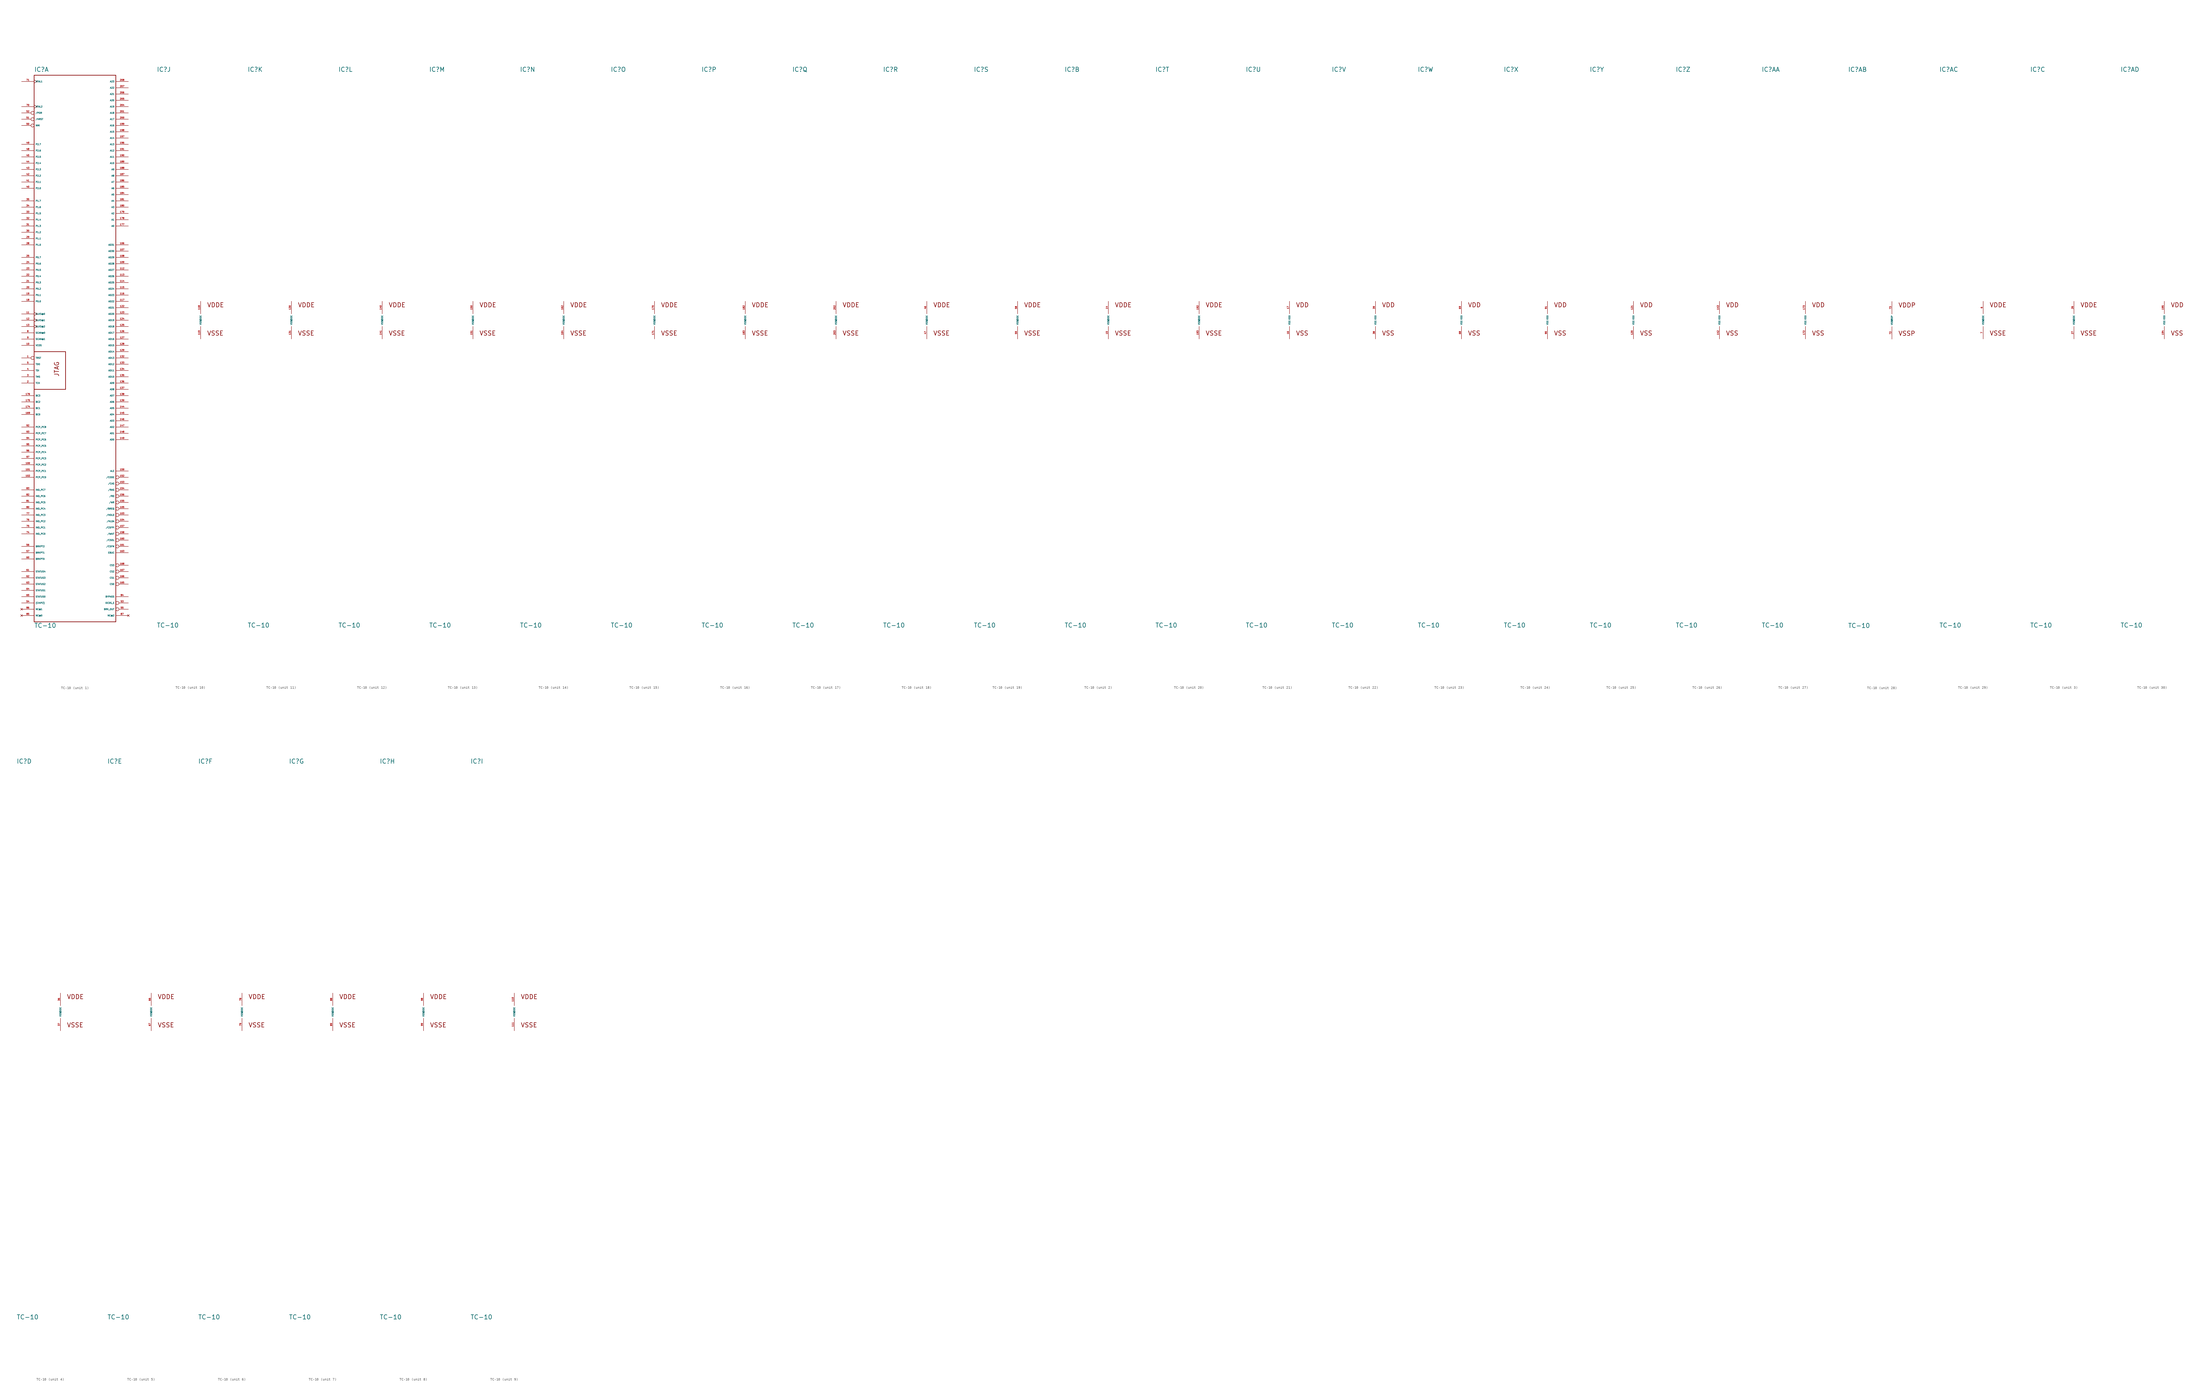
<source format=kicad_sym>
(kicad_symbol_lib
  (version 20220914)
  (generator Eagle2Kicad)
  (symbol "TC-10"
    (property "Reference" "IC"
      (at -17.78 100.33 0)
      (effects (font (size 1.778 1.778) (thickness 0.22)) (justify left bottom)))
    (property "Value" "TC-10"
      (at -17.78 -124.46 0)
      (effects (font (size 1.778 1.778) (thickness 0.22)) (justify left bottom)))
    (symbol "TC-10_1_0"
      (polyline (pts (xy 15.24 99.06) (xy 15.24 -121.92)) (stroke (width 0.254) (type default)) (fill (type none)))
      (polyline (pts (xy 15.24 -121.92) (xy -17.78 -121.92)) (stroke (width 0.254) (type default)) (fill (type none)))
      (polyline (pts (xy -17.78 -121.92) (xy -17.78 -27.94)) (stroke (width 0.254) (type default)) (fill (type none)))
      (polyline (pts (xy -17.78 -27.94) (xy -17.78 -12.7)) (stroke (width 0.254) (type default)) (fill (type none)))
      (polyline (pts (xy -17.78 -12.7) (xy -17.78 99.06)) (stroke (width 0.254) (type default)) (fill (type none)))
      (polyline (pts (xy -17.78 99.06) (xy 15.24 99.06)) (stroke (width 0.254) (type default)) (fill (type none)))
      (polyline (pts (xy -17.78 -12.7) (xy -5.08 -12.7)) (stroke (width 0.254) (type default)) (fill (type none)))
      (polyline (pts (xy -5.08 -12.7) (xy -5.08 -27.94)) (stroke (width 0.254) (type default)) (fill (type none)))
      (polyline (pts (xy -5.08 -27.94) (xy -17.78 -27.94)) (stroke (width 0.254) (type default)) (fill (type none)))
      (text "JTAG" (at -7.62 -22.86 900) (effects (font (size 1.778 1.778) (thickness 0.22)) (justify left bottom)))
      (pin output line (at 20.32 38.1 180) (length 5.08) (name "A0" (effects (font (size 0.635 0.635) (thickness 0.08)) (justify left bottom))) (number "177" (effects (font (size 0.635 0.635) (thickness 0.08)) (justify left bottom))))
      (pin output line (at 20.32 40.64 180) (length 5.08) (name "A1" (effects (font (size 0.635 0.635) (thickness 0.08)) (justify left bottom))) (number "178" (effects (font (size 0.635 0.635) (thickness 0.08)) (justify left bottom))))
      (pin output line (at 20.32 43.18 180) (length 5.08) (name "A2" (effects (font (size 0.635 0.635) (thickness 0.08)) (justify left bottom))) (number "179" (effects (font (size 0.635 0.635) (thickness 0.08)) (justify left bottom))))
      (pin output line (at 20.32 45.72 180) (length 5.08) (name "A3" (effects (font (size 0.635 0.635) (thickness 0.08)) (justify left bottom))) (number "180" (effects (font (size 0.635 0.635) (thickness 0.08)) (justify left bottom))))
      (pin output line (at 20.32 48.26 180) (length 5.08) (name "A4" (effects (font (size 0.635 0.635) (thickness 0.08)) (justify left bottom))) (number "181" (effects (font (size 0.635 0.635) (thickness 0.08)) (justify left bottom))))
      (pin output line (at 20.32 50.8 180) (length 5.08) (name "A5" (effects (font (size 0.635 0.635) (thickness 0.08)) (justify left bottom))) (number "184" (effects (font (size 0.635 0.635) (thickness 0.08)) (justify left bottom))))
      (pin output line (at 20.32 53.34 180) (length 5.08) (name "A6" (effects (font (size 0.635 0.635) (thickness 0.08)) (justify left bottom))) (number "185" (effects (font (size 0.635 0.635) (thickness 0.08)) (justify left bottom))))
      (pin output line (at 20.32 55.88 180) (length 5.08) (name "A7" (effects (font (size 0.635 0.635) (thickness 0.08)) (justify left bottom))) (number "186" (effects (font (size 0.635 0.635) (thickness 0.08)) (justify left bottom))))
      (pin output line (at 20.32 58.42 180) (length 5.08) (name "A8" (effects (font (size 0.635 0.635) (thickness 0.08)) (justify left bottom))) (number "187" (effects (font (size 0.635 0.635) (thickness 0.08)) (justify left bottom))))
      (pin output line (at 20.32 60.96 180) (length 5.08) (name "A9" (effects (font (size 0.635 0.635) (thickness 0.08)) (justify left bottom))) (number "188" (effects (font (size 0.635 0.635) (thickness 0.08)) (justify left bottom))))
      (pin output line (at 20.32 63.5 180) (length 5.08) (name "A10" (effects (font (size 0.635 0.635) (thickness 0.08)) (justify left bottom))) (number "189" (effects (font (size 0.635 0.635) (thickness 0.08)) (justify left bottom))))
      (pin output line (at 20.32 66.04 180) (length 5.08) (name "A11" (effects (font (size 0.635 0.635) (thickness 0.08)) (justify left bottom))) (number "190" (effects (font (size 0.635 0.635) (thickness 0.08)) (justify left bottom))))
      (pin output line (at 20.32 68.58 180) (length 5.08) (name "A12" (effects (font (size 0.635 0.635) (thickness 0.08)) (justify left bottom))) (number "191" (effects (font (size 0.635 0.635) (thickness 0.08)) (justify left bottom))))
      (pin output line (at 20.32 71.12 180) (length 5.08) (name "A13" (effects (font (size 0.635 0.635) (thickness 0.08)) (justify left bottom))) (number "196" (effects (font (size 0.635 0.635) (thickness 0.08)) (justify left bottom))))
      (pin output line (at 20.32 73.66 180) (length 5.08) (name "A14" (effects (font (size 0.635 0.635) (thickness 0.08)) (justify left bottom))) (number "197" (effects (font (size 0.635 0.635) (thickness 0.08)) (justify left bottom))))
      (pin output line (at 20.32 76.2 180) (length 5.08) (name "A15" (effects (font (size 0.635 0.635) (thickness 0.08)) (justify left bottom))) (number "198" (effects (font (size 0.635 0.635) (thickness 0.08)) (justify left bottom))))
      (pin output line (at 20.32 78.74 180) (length 5.08) (name "A16" (effects (font (size 0.635 0.635) (thickness 0.08)) (justify left bottom))) (number "199" (effects (font (size 0.635 0.635) (thickness 0.08)) (justify left bottom))))
      (pin output line (at 20.32 81.28 180) (length 5.08) (name "A17" (effects (font (size 0.635 0.635) (thickness 0.08)) (justify left bottom))) (number "200" (effects (font (size 0.635 0.635) (thickness 0.08)) (justify left bottom))))
      (pin output line (at 20.32 83.82 180) (length 5.08) (name "A18" (effects (font (size 0.635 0.635) (thickness 0.08)) (justify left bottom))) (number "201" (effects (font (size 0.635 0.635) (thickness 0.08)) (justify left bottom))))
      (pin output line (at 20.32 86.36 180) (length 5.08) (name "A19" (effects (font (size 0.635 0.635) (thickness 0.08)) (justify left bottom))) (number "204" (effects (font (size 0.635 0.635) (thickness 0.08)) (justify left bottom))))
      (pin output line (at 20.32 88.9 180) (length 5.08) (name "A20" (effects (font (size 0.635 0.635) (thickness 0.08)) (justify left bottom))) (number "205" (effects (font (size 0.635 0.635) (thickness 0.08)) (justify left bottom))))
      (pin output line (at 20.32 91.44 180) (length 5.08) (name "A21" (effects (font (size 0.635 0.635) (thickness 0.08)) (justify left bottom))) (number "206" (effects (font (size 0.635 0.635) (thickness 0.08)) (justify left bottom))))
      (pin output line (at 20.32 93.98 180) (length 5.08) (name "A22" (effects (font (size 0.635 0.635) (thickness 0.08)) (justify left bottom))) (number "207" (effects (font (size 0.635 0.635) (thickness 0.08)) (justify left bottom))))
      (pin output line (at 20.32 96.52 180) (length 5.08) (name "A23" (effects (font (size 0.635 0.635) (thickness 0.08)) (justify left bottom))) (number "208" (effects (font (size 0.635 0.635) (thickness 0.08)) (justify left bottom))))
      (pin bidirectional line (at 20.32 -48.26 180) (length 5.08) (name "AD0" (effects (font (size 0.635 0.635) (thickness 0.08)) (justify left bottom))) (number "149" (effects (font (size 0.635 0.635) (thickness 0.08)) (justify left bottom))))
      (pin bidirectional line (at 20.32 -45.72 180) (length 5.08) (name "AD1" (effects (font (size 0.635 0.635) (thickness 0.08)) (justify left bottom))) (number "148" (effects (font (size 0.635 0.635) (thickness 0.08)) (justify left bottom))))
      (pin bidirectional line (at 20.32 -43.18 180) (length 5.08) (name "AD2" (effects (font (size 0.635 0.635) (thickness 0.08)) (justify left bottom))) (number "147" (effects (font (size 0.635 0.635) (thickness 0.08)) (justify left bottom))))
      (pin bidirectional line (at 20.32 -40.64 180) (length 5.08) (name "AD3" (effects (font (size 0.635 0.635) (thickness 0.08)) (justify left bottom))) (number "146" (effects (font (size 0.635 0.635) (thickness 0.08)) (justify left bottom))))
      (pin bidirectional line (at 20.32 -38.1 180) (length 5.08) (name "AD4" (effects (font (size 0.635 0.635) (thickness 0.08)) (justify left bottom))) (number "145" (effects (font (size 0.635 0.635) (thickness 0.08)) (justify left bottom))))
      (pin bidirectional line (at 20.32 -35.56 180) (length 5.08) (name "AD5" (effects (font (size 0.635 0.635) (thickness 0.08)) (justify left bottom))) (number "144" (effects (font (size 0.635 0.635) (thickness 0.08)) (justify left bottom))))
      (pin bidirectional line (at 20.32 -33.02 180) (length 5.08) (name "AD6" (effects (font (size 0.635 0.635) (thickness 0.08)) (justify left bottom))) (number "139" (effects (font (size 0.635 0.635) (thickness 0.08)) (justify left bottom))))
      (pin bidirectional line (at 20.32 -30.48 180) (length 5.08) (name "AD7" (effects (font (size 0.635 0.635) (thickness 0.08)) (justify left bottom))) (number "138" (effects (font (size 0.635 0.635) (thickness 0.08)) (justify left bottom))))
      (pin bidirectional line (at 20.32 -27.94 180) (length 5.08) (name "AD8" (effects (font (size 0.635 0.635) (thickness 0.08)) (justify left bottom))) (number "137" (effects (font (size 0.635 0.635) (thickness 0.08)) (justify left bottom))))
      (pin bidirectional line (at 20.32 -25.4 180) (length 5.08) (name "AD9" (effects (font (size 0.635 0.635) (thickness 0.08)) (justify left bottom))) (number "136" (effects (font (size 0.635 0.635) (thickness 0.08)) (justify left bottom))))
      (pin bidirectional line (at 20.32 -22.86 180) (length 5.08) (name "AD10" (effects (font (size 0.635 0.635) (thickness 0.08)) (justify left bottom))) (number "135" (effects (font (size 0.635 0.635) (thickness 0.08)) (justify left bottom))))
      (pin bidirectional line (at 20.32 -20.32 180) (length 5.08) (name "AD11" (effects (font (size 0.635 0.635) (thickness 0.08)) (justify left bottom))) (number "134" (effects (font (size 0.635 0.635) (thickness 0.08)) (justify left bottom))))
      (pin bidirectional line (at 20.32 -17.78 180) (length 5.08) (name "AD12" (effects (font (size 0.635 0.635) (thickness 0.08)) (justify left bottom))) (number "133" (effects (font (size 0.635 0.635) (thickness 0.08)) (justify left bottom))))
      (pin bidirectional line (at 20.32 -15.24 180) (length 5.08) (name "AD13" (effects (font (size 0.635 0.635) (thickness 0.08)) (justify left bottom))) (number "132" (effects (font (size 0.635 0.635) (thickness 0.08)) (justify left bottom))))
      (pin bidirectional line (at 20.32 -12.7 180) (length 5.08) (name "AD14" (effects (font (size 0.635 0.635) (thickness 0.08)) (justify left bottom))) (number "129" (effects (font (size 0.635 0.635) (thickness 0.08)) (justify left bottom))))
      (pin bidirectional line (at 20.32 -10.16 180) (length 5.08) (name "AD15" (effects (font (size 0.635 0.635) (thickness 0.08)) (justify left bottom))) (number "128" (effects (font (size 0.635 0.635) (thickness 0.08)) (justify left bottom))))
      (pin bidirectional line (at 20.32 -7.62 180) (length 5.08) (name "AD16" (effects (font (size 0.635 0.635) (thickness 0.08)) (justify left bottom))) (number "127" (effects (font (size 0.635 0.635) (thickness 0.08)) (justify left bottom))))
      (pin bidirectional line (at 20.32 -5.08 180) (length 5.08) (name "AD17" (effects (font (size 0.635 0.635) (thickness 0.08)) (justify left bottom))) (number "126" (effects (font (size 0.635 0.635) (thickness 0.08)) (justify left bottom))))
      (pin bidirectional line (at 20.32 -2.54 180) (length 5.08) (name "AD18" (effects (font (size 0.635 0.635) (thickness 0.08)) (justify left bottom))) (number "125" (effects (font (size 0.635 0.635) (thickness 0.08)) (justify left bottom))))
      (pin bidirectional line (at 20.32 0 180) (length 5.08) (name "AD19" (effects (font (size 0.635 0.635) (thickness 0.08)) (justify left bottom))) (number "124" (effects (font (size 0.635 0.635) (thickness 0.08)) (justify left bottom))))
      (pin bidirectional line (at 20.32 2.54 180) (length 5.08) (name "AD20" (effects (font (size 0.635 0.635) (thickness 0.08)) (justify left bottom))) (number "123" (effects (font (size 0.635 0.635) (thickness 0.08)) (justify left bottom))))
      (pin bidirectional line (at 20.32 5.08 180) (length 5.08) (name "AD21" (effects (font (size 0.635 0.635) (thickness 0.08)) (justify left bottom))) (number "122" (effects (font (size 0.635 0.635) (thickness 0.08)) (justify left bottom))))
      (pin bidirectional line (at 20.32 7.62 180) (length 5.08) (name "AD22" (effects (font (size 0.635 0.635) (thickness 0.08)) (justify left bottom))) (number "117" (effects (font (size 0.635 0.635) (thickness 0.08)) (justify left bottom))))
      (pin bidirectional line (at 20.32 10.16 180) (length 5.08) (name "AD23" (effects (font (size 0.635 0.635) (thickness 0.08)) (justify left bottom))) (number "116" (effects (font (size 0.635 0.635) (thickness 0.08)) (justify left bottom))))
      (pin bidirectional line (at 20.32 12.7 180) (length 5.08) (name "AD24" (effects (font (size 0.635 0.635) (thickness 0.08)) (justify left bottom))) (number "115" (effects (font (size 0.635 0.635) (thickness 0.08)) (justify left bottom))))
      (pin bidirectional line (at 20.32 15.24 180) (length 5.08) (name "AD25" (effects (font (size 0.635 0.635) (thickness 0.08)) (justify left bottom))) (number "114" (effects (font (size 0.635 0.635) (thickness 0.08)) (justify left bottom))))
      (pin bidirectional line (at 20.32 17.78 180) (length 5.08) (name "AD26" (effects (font (size 0.635 0.635) (thickness 0.08)) (justify left bottom))) (number "113" (effects (font (size 0.635 0.635) (thickness 0.08)) (justify left bottom))))
      (pin bidirectional line (at 20.32 20.32 180) (length 5.08) (name "AD27" (effects (font (size 0.635 0.635) (thickness 0.08)) (justify left bottom))) (number "112" (effects (font (size 0.635 0.635) (thickness 0.08)) (justify left bottom))))
      (pin bidirectional line (at 20.32 22.86 180) (length 5.08) (name "AD28" (effects (font (size 0.635 0.635) (thickness 0.08)) (justify left bottom))) (number "109" (effects (font (size 0.635 0.635) (thickness 0.08)) (justify left bottom))))
      (pin bidirectional line (at 20.32 25.4 180) (length 5.08) (name "AD29" (effects (font (size 0.635 0.635) (thickness 0.08)) (justify left bottom))) (number "108" (effects (font (size 0.635 0.635) (thickness 0.08)) (justify left bottom))))
      (pin bidirectional line (at 20.32 27.94 180) (length 5.08) (name "AD30" (effects (font (size 0.635 0.635) (thickness 0.08)) (justify left bottom))) (number "107" (effects (font (size 0.635 0.635) (thickness 0.08)) (justify left bottom))))
      (pin bidirectional line (at 20.32 30.48 180) (length 5.08) (name "AD31" (effects (font (size 0.635 0.635) (thickness 0.08)) (justify left bottom))) (number "106" (effects (font (size 0.635 0.635) (thickness 0.08)) (justify left bottom))))
      (pin input clock (at -22.86 96.52 0) (length 5.08) (name "XTAL1" (effects (font (size 0.635 0.635) (thickness 0.08)) (justify left bottom))) (number "71" (effects (font (size 0.635 0.635) (thickness 0.08)) (justify left bottom))))
      (pin output clock (at -22.86 86.36 0) (length 5.08) (name "XTAL2" (effects (font (size 0.635 0.635) (thickness 0.08)) (justify left bottom))) (number "70" (effects (font (size 0.635 0.635) (thickness 0.08)) (justify left bottom))))
      (pin bidirectional line (at -22.86 10.16 0) (length 5.08) (name "P0.1" (effects (font (size 0.635 0.635) (thickness 0.08)) (justify left bottom))) (number "19" (effects (font (size 0.635 0.635) (thickness 0.08)) (justify left bottom))))
      (pin bidirectional line (at -22.86 12.7 0) (length 5.08) (name "P0.2" (effects (font (size 0.635 0.635) (thickness 0.08)) (justify left bottom))) (number "20" (effects (font (size 0.635 0.635) (thickness 0.08)) (justify left bottom))))
      (pin bidirectional line (at -22.86 15.24 0) (length 5.08) (name "P0.3" (effects (font (size 0.635 0.635) (thickness 0.08)) (justify left bottom))) (number "21" (effects (font (size 0.635 0.635) (thickness 0.08)) (justify left bottom))))
      (pin bidirectional line (at -22.86 17.78 0) (length 5.08) (name "P0.4" (effects (font (size 0.635 0.635) (thickness 0.08)) (justify left bottom))) (number "22" (effects (font (size 0.635 0.635) (thickness 0.08)) (justify left bottom))))
      (pin bidirectional line (at -22.86 20.32 0) (length 5.08) (name "P0.5" (effects (font (size 0.635 0.635) (thickness 0.08)) (justify left bottom))) (number "23" (effects (font (size 0.635 0.635) (thickness 0.08)) (justify left bottom))))
      (pin bidirectional line (at -22.86 22.86 0) (length 5.08) (name "P0.6" (effects (font (size 0.635 0.635) (thickness 0.08)) (justify left bottom))) (number "24" (effects (font (size 0.635 0.635) (thickness 0.08)) (justify left bottom))))
      (pin bidirectional line (at -22.86 25.4 0) (length 5.08) (name "P0.7" (effects (font (size 0.635 0.635) (thickness 0.08)) (justify left bottom))) (number "25" (effects (font (size 0.635 0.635) (thickness 0.08)) (justify left bottom))))
      (pin bidirectional line (at -22.86 7.62 0) (length 5.08) (name "P0.0" (effects (font (size 0.635 0.635) (thickness 0.08)) (justify left bottom))) (number "18" (effects (font (size 0.635 0.635) (thickness 0.08)) (justify left bottom))))
      (pin bidirectional line (at -22.86 30.48 0) (length 5.08) (name "P1.0" (effects (font (size 0.635 0.635) (thickness 0.08)) (justify left bottom))) (number "28" (effects (font (size 0.635 0.635) (thickness 0.08)) (justify left bottom))))
      (pin bidirectional line (at -22.86 33.02 0) (length 5.08) (name "P1.1" (effects (font (size 0.635 0.635) (thickness 0.08)) (justify left bottom))) (number "29" (effects (font (size 0.635 0.635) (thickness 0.08)) (justify left bottom))))
      (pin bidirectional line (at -22.86 35.56 0) (length 5.08) (name "P1.2" (effects (font (size 0.635 0.635) (thickness 0.08)) (justify left bottom))) (number "30" (effects (font (size 0.635 0.635) (thickness 0.08)) (justify left bottom))))
      (pin bidirectional line (at -22.86 38.1 0) (length 5.08) (name "P1.3" (effects (font (size 0.635 0.635) (thickness 0.08)) (justify left bottom))) (number "31" (effects (font (size 0.635 0.635) (thickness 0.08)) (justify left bottom))))
      (pin bidirectional line (at -22.86 40.64 0) (length 5.08) (name "P1.4" (effects (font (size 0.635 0.635) (thickness 0.08)) (justify left bottom))) (number "32" (effects (font (size 0.635 0.635) (thickness 0.08)) (justify left bottom))))
      (pin bidirectional line (at -22.86 43.18 0) (length 5.08) (name "P1.5" (effects (font (size 0.635 0.635) (thickness 0.08)) (justify left bottom))) (number "33" (effects (font (size 0.635 0.635) (thickness 0.08)) (justify left bottom))))
      (pin bidirectional line (at -22.86 45.72 0) (length 5.08) (name "P1.6" (effects (font (size 0.635 0.635) (thickness 0.08)) (justify left bottom))) (number "34" (effects (font (size 0.635 0.635) (thickness 0.08)) (justify left bottom))))
      (pin bidirectional line (at -22.86 48.26 0) (length 5.08) (name "P1.7" (effects (font (size 0.635 0.635) (thickness 0.08)) (justify left bottom))) (number "35" (effects (font (size 0.635 0.635) (thickness 0.08)) (justify left bottom))))
      (pin bidirectional line (at -22.86 53.34 0) (length 5.08) (name "P2.0" (effects (font (size 0.635 0.635) (thickness 0.08)) (justify left bottom))) (number "40" (effects (font (size 0.635 0.635) (thickness 0.08)) (justify left bottom))))
      (pin bidirectional line (at -22.86 55.88 0) (length 5.08) (name "P2.1" (effects (font (size 0.635 0.635) (thickness 0.08)) (justify left bottom))) (number "41" (effects (font (size 0.635 0.635) (thickness 0.08)) (justify left bottom))))
      (pin bidirectional line (at -22.86 58.42 0) (length 5.08) (name "P2.2" (effects (font (size 0.635 0.635) (thickness 0.08)) (justify left bottom))) (number "42" (effects (font (size 0.635 0.635) (thickness 0.08)) (justify left bottom))))
      (pin bidirectional line (at -22.86 60.96 0) (length 5.08) (name "P2.3" (effects (font (size 0.635 0.635) (thickness 0.08)) (justify left bottom))) (number "43" (effects (font (size 0.635 0.635) (thickness 0.08)) (justify left bottom))))
      (pin bidirectional line (at -22.86 63.5 0) (length 5.08) (name "P2.4" (effects (font (size 0.635 0.635) (thickness 0.08)) (justify left bottom))) (number "44" (effects (font (size 0.635 0.635) (thickness 0.08)) (justify left bottom))))
      (pin bidirectional line (at -22.86 66.04 0) (length 5.08) (name "P2.5" (effects (font (size 0.635 0.635) (thickness 0.08)) (justify left bottom))) (number "45" (effects (font (size 0.635 0.635) (thickness 0.08)) (justify left bottom))))
      (pin bidirectional line (at -22.86 68.58 0) (length 5.08) (name "P2.6" (effects (font (size 0.635 0.635) (thickness 0.08)) (justify left bottom))) (number "48" (effects (font (size 0.635 0.635) (thickness 0.08)) (justify left bottom))))
      (pin bidirectional line (at -22.86 71.12 0) (length 5.08) (name "P2.7" (effects (font (size 0.635 0.635) (thickness 0.08)) (justify left bottom))) (number "49" (effects (font (size 0.635 0.635) (thickness 0.08)) (justify left bottom))))
      (pin output inverted (at 20.32 -71.12 180) (length 5.08) (name "/RD" (effects (font (size 0.635 0.635) (thickness 0.08)) (justify left bottom))) (number "156" (effects (font (size 0.635 0.635) (thickness 0.08)) (justify left bottom))))
      (pin output inverted (at 20.32 -73.66 180) (length 5.08) (name "/WR" (effects (font (size 0.635 0.635) (thickness 0.08)) (justify left bottom))) (number "155" (effects (font (size 0.635 0.635) (thickness 0.08)) (justify left bottom))))
      (pin output inverted (at 20.32 -76.2 180) (length 5.08) (name "/BREQ" (effects (font (size 0.635 0.635) (thickness 0.08)) (justify left bottom))) (number "105" (effects (font (size 0.635 0.635) (thickness 0.08)) (justify left bottom))))
      (pin output inverted (at 20.32 -78.74 180) (length 5.08) (name "/HOLD" (effects (font (size 0.635 0.635) (thickness 0.08)) (justify left bottom))) (number "103" (effects (font (size 0.635 0.635) (thickness 0.08)) (justify left bottom))))
      (pin output inverted (at 20.32 -81.28 180) (length 5.08) (name "/HLDA" (effects (font (size 0.635 0.635) (thickness 0.08)) (justify left bottom))) (number "104" (effects (font (size 0.635 0.635) (thickness 0.08)) (justify left bottom))))
      (pin output line (at 20.32 -60.96 180) (length 5.08) (name "ALE" (effects (font (size 0.635 0.635) (thickness 0.08)) (justify left bottom))) (number "159" (effects (font (size 0.635 0.635) (thickness 0.08)) (justify left bottom))))
      (pin input inverted (at -22.86 78.74 0) (length 5.08) (name "NMI" (effects (font (size 0.635 0.635) (thickness 0.08)) (justify left bottom))) (number "50" (effects (font (size 0.635 0.635) (thickness 0.08)) (justify left bottom))))
      (pin input inverted (at -22.86 81.28 0) (length 5.08) (name "/HRST" (effects (font (size 0.635 0.635) (thickness 0.08)) (justify left bottom))) (number "51" (effects (font (size 0.635 0.635) (thickness 0.08)) (justify left bottom))))
      (pin input inverted (at -22.86 83.82 0) (length 5.08) (name "/POR" (effects (font (size 0.635 0.635) (thickness 0.08)) (justify left bottom))) (number "52" (effects (font (size 0.635 0.635) (thickness 0.08)) (justify left bottom))))
      (pin output inverted (at 20.32 -63.5 180) (length 5.08) (name "/CODE" (effects (font (size 0.635 0.635) (thickness 0.08)) (justify left bottom))) (number "152" (effects (font (size 0.635 0.635) (thickness 0.08)) (justify left bottom))))
      (pin output inverted (at 20.32 -66.04 180) (length 5.08) (name "/CAS" (effects (font (size 0.635 0.635) (thickness 0.08)) (justify left bottom))) (number "153" (effects (font (size 0.635 0.635) (thickness 0.08)) (justify left bottom))))
      (pin output inverted (at 20.32 -68.58 180) (length 5.08) (name "/RAS" (effects (font (size 0.635 0.635) (thickness 0.08)) (justify left bottom))) (number "154" (effects (font (size 0.635 0.635) (thickness 0.08)) (justify left bottom))))
      (pin output inverted (at 20.32 -83.82 180) (length 5.08) (name "/CSFPI" (effects (font (size 0.635 0.635) (thickness 0.08)) (justify left bottom))) (number "157" (effects (font (size 0.635 0.635) (thickness 0.08)) (justify left bottom))))
      (pin output inverted (at 20.32 -86.36 180) (length 5.08) (name "/WAIT" (effects (font (size 0.635 0.635) (thickness 0.08)) (justify left bottom))) (number "158" (effects (font (size 0.635 0.635) (thickness 0.08)) (justify left bottom))))
      (pin output inverted (at 20.32 -88.9 180) (length 5.08) (name "/CSOL" (effects (font (size 0.635 0.635) (thickness 0.08)) (justify left bottom))) (number "160" (effects (font (size 0.635 0.635) (thickness 0.08)) (justify left bottom))))
      (pin output inverted (at 20.32 -91.44 180) (length 5.08) (name "/CSFM" (effects (font (size 0.635 0.635) (thickness 0.08)) (justify left bottom))) (number "161" (effects (font (size 0.635 0.635) (thickness 0.08)) (justify left bottom))))
      (pin output line (at 20.32 -93.98 180) (length 5.08) (name "EBUC" (effects (font (size 0.635 0.635) (thickness 0.08)) (justify left bottom))) (number "163" (effects (font (size 0.635 0.635) (thickness 0.08)) (justify left bottom))))
      (pin bidirectional line (at -22.86 -111.76 0) (length 5.08) (name "STATUS0" (effects (font (size 0.635 0.635) (thickness 0.08)) (justify left bottom))) (number "65" (effects (font (size 0.635 0.635) (thickness 0.08)) (justify left bottom))))
      (pin bidirectional line (at -22.86 -109.22 0) (length 5.08) (name "STATUS1" (effects (font (size 0.635 0.635) (thickness 0.08)) (justify left bottom))) (number "64" (effects (font (size 0.635 0.635) (thickness 0.08)) (justify left bottom))))
      (pin bidirectional line (at -22.86 -106.68 0) (length 5.08) (name "STATUS2" (effects (font (size 0.635 0.635) (thickness 0.08)) (justify left bottom))) (number "63" (effects (font (size 0.635 0.635) (thickness 0.08)) (justify left bottom))))
      (pin bidirectional line (at -22.86 -104.14 0) (length 5.08) (name "STATUS3" (effects (font (size 0.635 0.635) (thickness 0.08)) (justify left bottom))) (number "62" (effects (font (size 0.635 0.635) (thickness 0.08)) (justify left bottom))))
      (pin bidirectional line (at -22.86 -101.6 0) (length 5.08) (name "STATUS4" (effects (font (size 0.635 0.635) (thickness 0.08)) (justify left bottom))) (number "61" (effects (font (size 0.635 0.635) (thickness 0.08)) (justify left bottom))))
      (pin bidirectional line (at -22.86 -96.52 0) (length 5.08) (name "BRKPT0" (effects (font (size 0.635 0.635) (thickness 0.08)) (justify left bottom))) (number "60" (effects (font (size 0.635 0.635) (thickness 0.08)) (justify left bottom))))
      (pin bidirectional line (at -22.86 -93.98 0) (length 5.08) (name "BRKPT1" (effects (font (size 0.635 0.635) (thickness 0.08)) (justify left bottom))) (number "57" (effects (font (size 0.635 0.635) (thickness 0.08)) (justify left bottom))))
      (pin bidirectional line (at -22.86 -91.44 0) (length 5.08) (name "BRKPT2" (effects (font (size 0.635 0.635) (thickness 0.08)) (justify left bottom))) (number "56" (effects (font (size 0.635 0.635) (thickness 0.08)) (justify left bottom))))
      (pin bidirectional line (at -22.86 -86.36 0) (length 5.08) (name "IND_PC0" (effects (font (size 0.635 0.635) (thickness 0.08)) (justify left bottom))) (number "74" (effects (font (size 0.635 0.635) (thickness 0.08)) (justify left bottom))))
      (pin bidirectional line (at -22.86 -83.82 0) (length 5.08) (name "IND_PC1" (effects (font (size 0.635 0.635) (thickness 0.08)) (justify left bottom))) (number "75" (effects (font (size 0.635 0.635) (thickness 0.08)) (justify left bottom))))
      (pin bidirectional line (at -22.86 -81.28 0) (length 5.08) (name "IND_PC2" (effects (font (size 0.635 0.635) (thickness 0.08)) (justify left bottom))) (number "76" (effects (font (size 0.635 0.635) (thickness 0.08)) (justify left bottom))))
      (pin bidirectional line (at -22.86 -78.74 0) (length 5.08) (name "IND_PC3" (effects (font (size 0.635 0.635) (thickness 0.08)) (justify left bottom))) (number "77" (effects (font (size 0.635 0.635) (thickness 0.08)) (justify left bottom))))
      (pin bidirectional line (at -22.86 -76.2 0) (length 5.08) (name "IND_PC4" (effects (font (size 0.635 0.635) (thickness 0.08)) (justify left bottom))) (number "80" (effects (font (size 0.635 0.635) (thickness 0.08)) (justify left bottom))))
      (pin bidirectional line (at -22.86 -73.66 0) (length 5.08) (name "IND_PC5" (effects (font (size 0.635 0.635) (thickness 0.08)) (justify left bottom))) (number "81" (effects (font (size 0.635 0.635) (thickness 0.08)) (justify left bottom))))
      (pin bidirectional line (at -22.86 -71.12 0) (length 5.08) (name "IND_PC6" (effects (font (size 0.635 0.635) (thickness 0.08)) (justify left bottom))) (number "82" (effects (font (size 0.635 0.635) (thickness 0.08)) (justify left bottom))))
      (pin bidirectional line (at -22.86 -68.58 0) (length 5.08) (name "IND_PC7" (effects (font (size 0.635 0.635) (thickness 0.08)) (justify left bottom))) (number "83" (effects (font (size 0.635 0.635) (thickness 0.08)) (justify left bottom))))
      (pin bidirectional line (at -22.86 -63.5 0) (length 5.08) (name "PCP_PC0" (effects (font (size 0.635 0.635) (thickness 0.08)) (justify left bottom))) (number "102" (effects (font (size 0.635 0.635) (thickness 0.08)) (justify left bottom))))
      (pin bidirectional line (at -22.86 -60.96 0) (length 5.08) (name "PCP_PC1" (effects (font (size 0.635 0.635) (thickness 0.08)) (justify left bottom))) (number "101" (effects (font (size 0.635 0.635) (thickness 0.08)) (justify left bottom))))
      (pin bidirectional line (at -22.86 -58.42 0) (length 5.08) (name "PCP_PC2" (effects (font (size 0.635 0.635) (thickness 0.08)) (justify left bottom))) (number "100" (effects (font (size 0.635 0.635) (thickness 0.08)) (justify left bottom))))
      (pin bidirectional line (at -22.86 -55.88 0) (length 5.08) (name "PCP_PC3" (effects (font (size 0.635 0.635) (thickness 0.08)) (justify left bottom))) (number "97" (effects (font (size 0.635 0.635) (thickness 0.08)) (justify left bottom))))
      (pin bidirectional line (at -22.86 -53.34 0) (length 5.08) (name "PCP_PC4" (effects (font (size 0.635 0.635) (thickness 0.08)) (justify left bottom))) (number "96" (effects (font (size 0.635 0.635) (thickness 0.08)) (justify left bottom))))
      (pin bidirectional line (at -22.86 -50.8 0) (length 5.08) (name "PCP_PC5" (effects (font (size 0.635 0.635) (thickness 0.08)) (justify left bottom))) (number "95" (effects (font (size 0.635 0.635) (thickness 0.08)) (justify left bottom))))
      (pin bidirectional line (at -22.86 -48.26 0) (length 5.08) (name "PCP_PC6" (effects (font (size 0.635 0.635) (thickness 0.08)) (justify left bottom))) (number "94" (effects (font (size 0.635 0.635) (thickness 0.08)) (justify left bottom))))
      (pin bidirectional line (at -22.86 -45.72 0) (length 5.08) (name "PCP_PC7" (effects (font (size 0.635 0.635) (thickness 0.08)) (justify left bottom))) (number "93" (effects (font (size 0.635 0.635) (thickness 0.08)) (justify left bottom))))
      (pin bidirectional line (at -22.86 -43.18 0) (length 5.08) (name "PCP_PC8" (effects (font (size 0.635 0.635) (thickness 0.08)) (justify left bottom))) (number "92" (effects (font (size 0.635 0.635) (thickness 0.08)) (justify left bottom))))
      (pin bidirectional line (at -22.86 -38.1 0) (length 5.08) (name "BC0" (effects (font (size 0.635 0.635) (thickness 0.08)) (justify left bottom))) (number "169" (effects (font (size 0.635 0.635) (thickness 0.08)) (justify left bottom))))
      (pin bidirectional line (at -22.86 -35.56 0) (length 5.08) (name "BC1" (effects (font (size 0.635 0.635) (thickness 0.08)) (justify left bottom))) (number "174" (effects (font (size 0.635 0.635) (thickness 0.08)) (justify left bottom))))
      (pin bidirectional line (at -22.86 -33.02 0) (length 5.08) (name "BC2" (effects (font (size 0.635 0.635) (thickness 0.08)) (justify left bottom))) (number "175" (effects (font (size 0.635 0.635) (thickness 0.08)) (justify left bottom))))
      (pin bidirectional line (at -22.86 -30.48 0) (length 5.08) (name "BC3" (effects (font (size 0.635 0.635) (thickness 0.08)) (justify left bottom))) (number "176" (effects (font (size 0.635 0.635) (thickness 0.08)) (justify left bottom))))
      (pin output inverted (at 20.32 -106.68 180) (length 5.08) (name "CS0" (effects (font (size 0.635 0.635) (thickness 0.08)) (justify left bottom))) (number "165" (effects (font (size 0.635 0.635) (thickness 0.08)) (justify left bottom))))
      (pin output inverted (at 20.32 -104.14 180) (length 5.08) (name "CS1" (effects (font (size 0.635 0.635) (thickness 0.08)) (justify left bottom))) (number "166" (effects (font (size 0.635 0.635) (thickness 0.08)) (justify left bottom))))
      (pin output inverted (at 20.32 -101.6 180) (length 5.08) (name "CS2" (effects (font (size 0.635 0.635) (thickness 0.08)) (justify left bottom))) (number "167" (effects (font (size 0.635 0.635) (thickness 0.08)) (justify left bottom))))
      (pin output inverted (at 20.32 -99.06 180) (length 5.08) (name "CS3" (effects (font (size 0.635 0.635) (thickness 0.08)) (justify left bottom))) (number "168" (effects (font (size 0.635 0.635) (thickness 0.08)) (justify left bottom))))
      (pin input clock (at -22.86 2.54 0) (length 5.08) (name "CLKS@0" (effects (font (size 0.635 0.635) (thickness 0.08)) (justify left bottom))) (number "11" (effects (font (size 0.635 0.635) (thickness 0.08)) (justify left bottom))))
      (pin input clock (at -22.86 0 0) (length 5.08) (name "CLKS@1" (effects (font (size 0.635 0.635) (thickness 0.08)) (justify left bottom))) (number "12" (effects (font (size 0.635 0.635) (thickness 0.08)) (justify left bottom))))
      (pin input clock (at -22.86 -2.54 0) (length 5.08) (name "CLKS@2" (effects (font (size 0.635 0.635) (thickness 0.08)) (justify left bottom))) (number "13" (effects (font (size 0.635 0.635) (thickness 0.08)) (justify left bottom))))
      (pin input line (at -22.86 -5.08 0) (length 5.08) (name "SCAN@0" (effects (font (size 0.635 0.635) (thickness 0.08)) (justify left bottom))) (number "8" (effects (font (size 0.635 0.635) (thickness 0.08)) (justify left bottom))))
      (pin input line (at -22.86 -7.62 0) (length 5.08) (name "SCAN@1" (effects (font (size 0.635 0.635) (thickness 0.08)) (justify left bottom))) (number "9" (effects (font (size 0.635 0.635) (thickness 0.08)) (justify left bottom))))
      (pin input line (at -22.86 -10.16 0) (length 5.08) (name "VCOS" (effects (font (size 0.635 0.635) (thickness 0.08)) (justify left bottom))) (number "10" (effects (font (size 0.635 0.635) (thickness 0.08)) (justify left bottom))))
      (pin input line (at -22.86 -17.78 0) (length 5.08) (name "TDO" (effects (font (size 0.635 0.635) (thickness 0.08)) (justify left bottom))) (number "5" (effects (font (size 0.635 0.635) (thickness 0.08)) (justify left bottom))))
      (pin input line (at -22.86 -20.32 0) (length 5.08) (name "TDI" (effects (font (size 0.635 0.635) (thickness 0.08)) (justify left bottom))) (number "4" (effects (font (size 0.635 0.635) (thickness 0.08)) (justify left bottom))))
      (pin input line (at -22.86 -22.86 0) (length 5.08) (name "TMS" (effects (font (size 0.635 0.635) (thickness 0.08)) (justify left bottom))) (number "3" (effects (font (size 0.635 0.635) (thickness 0.08)) (justify left bottom))))
      (pin input line (at -22.86 -25.4 0) (length 5.08) (name "TCK" (effects (font (size 0.635 0.635) (thickness 0.08)) (justify left bottom))) (number "2" (effects (font (size 0.635 0.635) (thickness 0.08)) (justify left bottom))))
      (pin input inverted (at -22.86 -15.24 0) (length 5.08) (name "TRST" (effects (font (size 0.635 0.635) (thickness 0.08)) (justify left bottom))) (number "1" (effects (font (size 0.635 0.635) (thickness 0.08)) (justify left bottom))))
      (pin bidirectional line (at 20.32 -111.76 180) (length 5.08) (name "BYPASS" (effects (font (size 0.635 0.635) (thickness 0.08)) (justify left bottom))) (number "84" (effects (font (size 0.635 0.635) (thickness 0.08)) (justify left bottom))))
      (pin no_connect line (at -22.86 -119.38 0) (length 5.08) (name "NC@0" (effects (font (size 0.635 0.635) (thickness 0.08)) (justify left bottom) hide)) (number "85" (effects (font (size 0.635 0.635) (thickness 0.08)) (justify left bottom) hide)))
      (pin no_connect line (at -22.86 -116.84 0) (length 5.08) (name "NC@1" (effects (font (size 0.635 0.635) (thickness 0.08)) (justify left bottom) hide)) (number "86" (effects (font (size 0.635 0.635) (thickness 0.08)) (justify left bottom) hide)))
      (pin no_connect line (at 20.32 -119.38 180) (length 5.08) (name "NC@2" (effects (font (size 0.635 0.635) (thickness 0.08)) (justify left bottom) hide)) (number "87" (effects (font (size 0.635 0.635) (thickness 0.08)) (justify left bottom) hide)))
      (pin output inverted (at 20.32 -114.3 180) (length 5.08) (name "OCDS_E" (effects (font (size 0.635 0.635) (thickness 0.08)) (justify left bottom))) (number "53" (effects (font (size 0.635 0.635) (thickness 0.08)) (justify left bottom))))
      (pin output inverted (at 20.32 -116.84 180) (length 5.08) (name "BRK_OUT" (effects (font (size 0.635 0.635) (thickness 0.08)) (justify left bottom))) (number "55" (effects (font (size 0.635 0.635) (thickness 0.08)) (justify left bottom))))
      (pin bidirectional line (at -22.86 -114.3 0) (length 5.08) (name "(CHIPZ)" (effects (font (size 0.635 0.635) (thickness 0.08)) (justify left bottom))) (number "54" (effects (font (size 0.635 0.635) (thickness 0.08)) (justify left bottom)))))
    (symbol "TC-10_2_0"
      (text "VDDE" (at 2.54 5.08 0) (effects (font (size 1.778 1.778) (thickness 0.22)) (justify left bottom)))
      (text "VSSE" (at 2.54 -6.35 0) (effects (font (size 1.778 1.778) (thickness 0.22)) (justify left bottom)))
      (pin unspecified line (at 0 7.62 270) (length 5.08) (name "VDDE" (effects (font (size 0.635 0.635) (thickness 0.08)) (justify left bottom))) (number "14" (effects (font (size 0.635 0.635) (thickness 0.08)) (justify left bottom))))
      (pin unspecified line (at 0 -7.62 90) (length 5.08) (name "VSSE" (effects (font (size 0.635 0.635) (thickness 0.08)) (justify left bottom))) (number "15" (effects (font (size 0.635 0.635) (thickness 0.08)) (justify left bottom)))))
    (symbol "TC-10_3_0"
      (text "VDDE" (at 2.54 5.08 0) (effects (font (size 1.778 1.778) (thickness 0.22)) (justify left bottom)))
      (text "VSSE" (at 2.54 -6.35 0) (effects (font (size 1.778 1.778) (thickness 0.22)) (justify left bottom)))
      (pin unspecified line (at 0 7.62 270) (length 5.08) (name "VDDE" (effects (font (size 0.635 0.635) (thickness 0.08)) (justify left bottom))) (number "26" (effects (font (size 0.635 0.635) (thickness 0.08)) (justify left bottom))))
      (pin unspecified line (at 0 -7.62 90) (length 5.08) (name "VSSE" (effects (font (size 0.635 0.635) (thickness 0.08)) (justify left bottom))) (number "27" (effects (font (size 0.635 0.635) (thickness 0.08)) (justify left bottom)))))
    (symbol "TC-10_4_0"
      (text "VDDE" (at 2.54 5.08 0) (effects (font (size 1.778 1.778) (thickness 0.22)) (justify left bottom)))
      (text "VSSE" (at 2.54 -6.35 0) (effects (font (size 1.778 1.778) (thickness 0.22)) (justify left bottom)))
      (pin unspecified line (at 0 7.62 270) (length 5.08) (name "VDDE" (effects (font (size 0.635 0.635) (thickness 0.08)) (justify left bottom))) (number "36" (effects (font (size 0.635 0.635) (thickness 0.08)) (justify left bottom))))
      (pin unspecified line (at 0 -7.62 90) (length 5.08) (name "VSSE" (effects (font (size 0.635 0.635) (thickness 0.08)) (justify left bottom))) (number "37" (effects (font (size 0.635 0.635) (thickness 0.08)) (justify left bottom)))))
    (symbol "TC-10_5_0"
      (text "VDDE" (at 2.54 5.08 0) (effects (font (size 1.778 1.778) (thickness 0.22)) (justify left bottom)))
      (text "VSSE" (at 2.54 -6.35 0) (effects (font (size 1.778 1.778) (thickness 0.22)) (justify left bottom)))
      (pin unspecified line (at 0 7.62 270) (length 5.08) (name "VDDE" (effects (font (size 0.635 0.635) (thickness 0.08)) (justify left bottom))) (number "66" (effects (font (size 0.635 0.635) (thickness 0.08)) (justify left bottom))))
      (pin unspecified line (at 0 -7.62 90) (length 5.08) (name "VSSE" (effects (font (size 0.635 0.635) (thickness 0.08)) (justify left bottom))) (number "67" (effects (font (size 0.635 0.635) (thickness 0.08)) (justify left bottom)))))
    (symbol "TC-10_6_0"
      (text "VDDE" (at 2.54 5.08 0) (effects (font (size 1.778 1.778) (thickness 0.22)) (justify left bottom)))
      (text "VSSE" (at 2.54 -6.35 0) (effects (font (size 1.778 1.778) (thickness 0.22)) (justify left bottom)))
      (pin unspecified line (at 0 7.62 270) (length 5.08) (name "VDDE" (effects (font (size 0.635 0.635) (thickness 0.08)) (justify left bottom))) (number "78" (effects (font (size 0.635 0.635) (thickness 0.08)) (justify left bottom))))
      (pin unspecified line (at 0 -7.62 90) (length 5.08) (name "VSSE" (effects (font (size 0.635 0.635) (thickness 0.08)) (justify left bottom))) (number "79" (effects (font (size 0.635 0.635) (thickness 0.08)) (justify left bottom)))))
    (symbol "TC-10_7_0"
      (text "VDDE" (at 2.54 5.08 0) (effects (font (size 1.778 1.778) (thickness 0.22)) (justify left bottom)))
      (text "VSSE" (at 2.54 -6.35 0) (effects (font (size 1.778 1.778) (thickness 0.22)) (justify left bottom)))
      (pin unspecified line (at 0 7.62 270) (length 5.08) (name "VDDE" (effects (font (size 0.635 0.635) (thickness 0.08)) (justify left bottom))) (number "88" (effects (font (size 0.635 0.635) (thickness 0.08)) (justify left bottom))))
      (pin unspecified line (at 0 -7.62 90) (length 5.08) (name "VSSE" (effects (font (size 0.635 0.635) (thickness 0.08)) (justify left bottom))) (number "89" (effects (font (size 0.635 0.635) (thickness 0.08)) (justify left bottom)))))
    (symbol "TC-10_8_0"
      (text "VDDE" (at 2.54 5.08 0) (effects (font (size 1.778 1.778) (thickness 0.22)) (justify left bottom)))
      (text "VSSE" (at 2.54 -6.35 0) (effects (font (size 1.778 1.778) (thickness 0.22)) (justify left bottom)))
      (pin unspecified line (at 0 7.62 270) (length 5.08) (name "VDDE" (effects (font (size 0.635 0.635) (thickness 0.08)) (justify left bottom))) (number "98" (effects (font (size 0.635 0.635) (thickness 0.08)) (justify left bottom))))
      (pin unspecified line (at 0 -7.62 90) (length 5.08) (name "VSSE" (effects (font (size 0.635 0.635) (thickness 0.08)) (justify left bottom))) (number "99" (effects (font (size 0.635 0.635) (thickness 0.08)) (justify left bottom)))))
    (symbol "TC-10_9_0"
      (text "VDDE" (at 2.54 5.08 0) (effects (font (size 1.778 1.778) (thickness 0.22)) (justify left bottom)))
      (text "VSSE" (at 2.54 -6.35 0) (effects (font (size 1.778 1.778) (thickness 0.22)) (justify left bottom)))
      (pin unspecified line (at 0 7.62 270) (length 5.08) (name "VDDE" (effects (font (size 0.635 0.635) (thickness 0.08)) (justify left bottom))) (number "110" (effects (font (size 0.635 0.635) (thickness 0.08)) (justify left bottom))))
      (pin unspecified line (at 0 -7.62 90) (length 5.08) (name "VSSE" (effects (font (size 0.635 0.635) (thickness 0.08)) (justify left bottom))) (number "111" (effects (font (size 0.635 0.635) (thickness 0.08)) (justify left bottom)))))
    (symbol "TC-10_10_0"
      (text "VDDE" (at 2.54 5.08 0) (effects (font (size 1.778 1.778) (thickness 0.22)) (justify left bottom)))
      (text "VSSE" (at 2.54 -6.35 0) (effects (font (size 1.778 1.778) (thickness 0.22)) (justify left bottom)))
      (pin unspecified line (at 0 7.62 270) (length 5.08) (name "VDDE" (effects (font (size 0.635 0.635) (thickness 0.08)) (justify left bottom))) (number "118" (effects (font (size 0.635 0.635) (thickness 0.08)) (justify left bottom))))
      (pin unspecified line (at 0 -7.62 90) (length 5.08) (name "VSSE" (effects (font (size 0.635 0.635) (thickness 0.08)) (justify left bottom))) (number "119" (effects (font (size 0.635 0.635) (thickness 0.08)) (justify left bottom)))))
    (symbol "TC-10_11_0"
      (text "VDDE" (at 2.54 5.08 0) (effects (font (size 1.778 1.778) (thickness 0.22)) (justify left bottom)))
      (text "VSSE" (at 2.54 -6.35 0) (effects (font (size 1.778 1.778) (thickness 0.22)) (justify left bottom)))
      (pin unspecified line (at 0 7.62 270) (length 5.08) (name "VDDE" (effects (font (size 0.635 0.635) (thickness 0.08)) (justify left bottom))) (number "130" (effects (font (size 0.635 0.635) (thickness 0.08)) (justify left bottom))))
      (pin unspecified line (at 0 -7.62 90) (length 5.08) (name "VSSE" (effects (font (size 0.635 0.635) (thickness 0.08)) (justify left bottom))) (number "131" (effects (font (size 0.635 0.635) (thickness 0.08)) (justify left bottom)))))
    (symbol "TC-10_12_0"
      (text "VDDE" (at 2.54 5.08 0) (effects (font (size 1.778 1.778) (thickness 0.22)) (justify left bottom)))
      (text "VSSE" (at 2.54 -6.35 0) (effects (font (size 1.778 1.778) (thickness 0.22)) (justify left bottom)))
      (pin unspecified line (at 0 7.62 270) (length 5.08) (name "VDDE" (effects (font (size 0.635 0.635) (thickness 0.08)) (justify left bottom))) (number "140" (effects (font (size 0.635 0.635) (thickness 0.08)) (justify left bottom))))
      (pin unspecified line (at 0 -7.62 90) (length 5.08) (name "VSSE" (effects (font (size 0.635 0.635) (thickness 0.08)) (justify left bottom))) (number "141" (effects (font (size 0.635 0.635) (thickness 0.08)) (justify left bottom)))))
    (symbol "TC-10_13_0"
      (text "VDDE" (at 2.54 5.08 0) (effects (font (size 1.778 1.778) (thickness 0.22)) (justify left bottom)))
      (text "VSSE" (at 2.54 -6.35 0) (effects (font (size 1.778 1.778) (thickness 0.22)) (justify left bottom)))
      (pin unspecified line (at 0 7.62 270) (length 5.08) (name "VDDE" (effects (font (size 0.635 0.635) (thickness 0.08)) (justify left bottom))) (number "150" (effects (font (size 0.635 0.635) (thickness 0.08)) (justify left bottom))))
      (pin unspecified line (at 0 -7.62 90) (length 5.08) (name "VSSE" (effects (font (size 0.635 0.635) (thickness 0.08)) (justify left bottom))) (number "151" (effects (font (size 0.635 0.635) (thickness 0.08)) (justify left bottom)))))
    (symbol "TC-10_14_0"
      (text "VDDE" (at 2.54 5.08 0) (effects (font (size 1.778 1.778) (thickness 0.22)) (justify left bottom)))
      (text "VSSE" (at 2.54 -6.35 0) (effects (font (size 1.778 1.778) (thickness 0.22)) (justify left bottom)))
      (pin unspecified line (at 0 7.62 270) (length 5.08) (name "VDDE" (effects (font (size 0.635 0.635) (thickness 0.08)) (justify left bottom))) (number "162" (effects (font (size 0.635 0.635) (thickness 0.08)) (justify left bottom))))
      (pin unspecified line (at 0 -7.62 90) (length 5.08) (name "VSSE" (effects (font (size 0.635 0.635) (thickness 0.08)) (justify left bottom))) (number "164" (effects (font (size 0.635 0.635) (thickness 0.08)) (justify left bottom)))))
    (symbol "TC-10_15_0"
      (text "VDDE" (at 2.54 5.08 0) (effects (font (size 1.778 1.778) (thickness 0.22)) (justify left bottom)))
      (text "VSSE" (at 2.54 -6.35 0) (effects (font (size 1.778 1.778) (thickness 0.22)) (justify left bottom)))
      (pin unspecified line (at 0 7.62 270) (length 5.08) (name "VDDE" (effects (font (size 0.635 0.635) (thickness 0.08)) (justify left bottom))) (number "170" (effects (font (size 0.635 0.635) (thickness 0.08)) (justify left bottom))))
      (pin unspecified line (at 0 -7.62 90) (length 5.08) (name "VSSE" (effects (font (size 0.635 0.635) (thickness 0.08)) (justify left bottom))) (number "171" (effects (font (size 0.635 0.635) (thickness 0.08)) (justify left bottom)))))
    (symbol "TC-10_16_0"
      (text "VDDE" (at 2.54 5.08 0) (effects (font (size 1.778 1.778) (thickness 0.22)) (justify left bottom)))
      (text "VSSE" (at 2.54 -6.35 0) (effects (font (size 1.778 1.778) (thickness 0.22)) (justify left bottom)))
      (pin unspecified line (at 0 7.62 270) (length 5.08) (name "VDDE" (effects (font (size 0.635 0.635) (thickness 0.08)) (justify left bottom))) (number "182" (effects (font (size 0.635 0.635) (thickness 0.08)) (justify left bottom))))
      (pin unspecified line (at 0 -7.62 90) (length 5.08) (name "VSSE" (effects (font (size 0.635 0.635) (thickness 0.08)) (justify left bottom))) (number "183" (effects (font (size 0.635 0.635) (thickness 0.08)) (justify left bottom)))))
    (symbol "TC-10_17_0"
      (text "VDDE" (at 2.54 5.08 0) (effects (font (size 1.778 1.778) (thickness 0.22)) (justify left bottom)))
      (text "VSSE" (at 2.54 -6.35 0) (effects (font (size 1.778 1.778) (thickness 0.22)) (justify left bottom)))
      (pin unspecified line (at 0 7.62 270) (length 5.08) (name "VDDE" (effects (font (size 0.635 0.635) (thickness 0.08)) (justify left bottom))) (number "202" (effects (font (size 0.635 0.635) (thickness 0.08)) (justify left bottom))))
      (pin unspecified line (at 0 -7.62 90) (length 5.08) (name "VSSE" (effects (font (size 0.635 0.635) (thickness 0.08)) (justify left bottom))) (number "203" (effects (font (size 0.635 0.635) (thickness 0.08)) (justify left bottom)))))
    (symbol "TC-10_18_0"
      (text "VDDE" (at 2.54 5.08 0) (effects (font (size 1.778 1.778) (thickness 0.22)) (justify left bottom)))
      (text "VSSE" (at 2.54 -6.35 0) (effects (font (size 1.778 1.778) (thickness 0.22)) (justify left bottom)))
      (pin unspecified line (at 0 7.62 270) (length 5.08) (name "VDDE" (effects (font (size 0.635 0.635) (thickness 0.08)) (justify left bottom))) (number "46" (effects (font (size 0.635 0.635) (thickness 0.08)) (justify left bottom))))
      (pin unspecified line (at 0 -7.62 90) (length 5.08) (name "VSSE" (effects (font (size 0.635 0.635) (thickness 0.08)) (justify left bottom))) (number "47" (effects (font (size 0.635 0.635) (thickness 0.08)) (justify left bottom)))))
    (symbol "TC-10_19_0"
      (text "VDDE" (at 2.54 5.08 0) (effects (font (size 1.778 1.778) (thickness 0.22)) (justify left bottom)))
      (text "VSSE" (at 2.54 -6.35 0) (effects (font (size 1.778 1.778) (thickness 0.22)) (justify left bottom)))
      (pin unspecified line (at 0 7.62 270) (length 5.08) (name "VDDE" (effects (font (size 0.635 0.635) (thickness 0.08)) (justify left bottom))) (number "58" (effects (font (size 0.635 0.635) (thickness 0.08)) (justify left bottom))))
      (pin unspecified line (at 0 -7.62 90) (length 5.08) (name "VSSE" (effects (font (size 0.635 0.635) (thickness 0.08)) (justify left bottom))) (number "59" (effects (font (size 0.635 0.635) (thickness 0.08)) (justify left bottom)))))
    (symbol "TC-10_20_0"
      (text "VDDE" (at 2.54 5.08 0) (effects (font (size 1.778 1.778) (thickness 0.22)) (justify left bottom)))
      (text "VSSE" (at 2.54 -6.35 0) (effects (font (size 1.778 1.778) (thickness 0.22)) (justify left bottom)))
      (pin unspecified line (at 0 7.62 270) (length 5.08) (name "VDDE" (effects (font (size 0.635 0.635) (thickness 0.08)) (justify left bottom))) (number "192" (effects (font (size 0.635 0.635) (thickness 0.08)) (justify left bottom))))
      (pin unspecified line (at 0 -7.62 90) (length 5.08) (name "VSSE" (effects (font (size 0.635 0.635) (thickness 0.08)) (justify left bottom))) (number "193" (effects (font (size 0.635 0.635) (thickness 0.08)) (justify left bottom)))))
    (symbol "TC-10_21_0"
      (text "VDD" (at 2.54 5.08 0) (effects (font (size 1.778 1.778) (thickness 0.22)) (justify left bottom)))
      (text "VSS" (at 2.54 -6.35 0) (effects (font (size 1.778 1.778) (thickness 0.22)) (justify left bottom)))
      (pin unspecified line (at 0 7.62 270) (length 5.08) (name "VDD" (effects (font (size 0.635 0.635) (thickness 0.08)) (justify left bottom))) (number "17" (effects (font (size 0.635 0.635) (thickness 0.08)) (justify left bottom))))
      (pin unspecified line (at 0 -7.62 90) (length 5.08) (name "VSS" (effects (font (size 0.635 0.635) (thickness 0.08)) (justify left bottom))) (number "16" (effects (font (size 0.635 0.635) (thickness 0.08)) (justify left bottom)))))
    (symbol "TC-10_22_0"
      (text "VDD" (at 2.54 5.08 0) (effects (font (size 1.778 1.778) (thickness 0.22)) (justify left bottom)))
      (text "VSS" (at 2.54 -6.35 0) (effects (font (size 1.778 1.778) (thickness 0.22)) (justify left bottom)))
      (pin unspecified line (at 0 7.62 270) (length 5.08) (name "VDD" (effects (font (size 0.635 0.635) (thickness 0.08)) (justify left bottom))) (number "39" (effects (font (size 0.635 0.635) (thickness 0.08)) (justify left bottom))))
      (pin unspecified line (at 0 -7.62 90) (length 5.08) (name "VSS" (effects (font (size 0.635 0.635) (thickness 0.08)) (justify left bottom))) (number "38" (effects (font (size 0.635 0.635) (thickness 0.08)) (justify left bottom)))))
    (symbol "TC-10_23_0"
      (text "VDD" (at 2.54 5.08 0) (effects (font (size 1.778 1.778) (thickness 0.22)) (justify left bottom)))
      (text "VSS" (at 2.54 -6.35 0) (effects (font (size 1.778 1.778) (thickness 0.22)) (justify left bottom)))
      (pin unspecified line (at 0 7.62 270) (length 5.08) (name "VDD" (effects (font (size 0.635 0.635) (thickness 0.08)) (justify left bottom))) (number "69" (effects (font (size 0.635 0.635) (thickness 0.08)) (justify left bottom))))
      (pin unspecified line (at 0 -7.62 90) (length 5.08) (name "VSS" (effects (font (size 0.635 0.635) (thickness 0.08)) (justify left bottom))) (number "68" (effects (font (size 0.635 0.635) (thickness 0.08)) (justify left bottom)))))
    (symbol "TC-10_24_0"
      (text "VDD" (at 2.54 5.08 0) (effects (font (size 1.778 1.778) (thickness 0.22)) (justify left bottom)))
      (text "VSS" (at 2.54 -6.35 0) (effects (font (size 1.778 1.778) (thickness 0.22)) (justify left bottom)))
      (pin unspecified line (at 0 7.62 270) (length 5.08) (name "VDD" (effects (font (size 0.635 0.635) (thickness 0.08)) (justify left bottom))) (number "91" (effects (font (size 0.635 0.635) (thickness 0.08)) (justify left bottom))))
      (pin unspecified line (at 0 -7.62 90) (length 5.08) (name "VSS" (effects (font (size 0.635 0.635) (thickness 0.08)) (justify left bottom))) (number "90" (effects (font (size 0.635 0.635) (thickness 0.08)) (justify left bottom)))))
    (symbol "TC-10_25_0"
      (text "VDD" (at 2.54 5.08 0) (effects (font (size 1.778 1.778) (thickness 0.22)) (justify left bottom)))
      (text "VSS" (at 2.54 -6.35 0) (effects (font (size 1.778 1.778) (thickness 0.22)) (justify left bottom)))
      (pin unspecified line (at 0 7.62 270) (length 5.08) (name "VDD" (effects (font (size 0.635 0.635) (thickness 0.08)) (justify left bottom))) (number "121" (effects (font (size 0.635 0.635) (thickness 0.08)) (justify left bottom))))
      (pin unspecified line (at 0 -7.62 90) (length 5.08) (name "VSS" (effects (font (size 0.635 0.635) (thickness 0.08)) (justify left bottom))) (number "120" (effects (font (size 0.635 0.635) (thickness 0.08)) (justify left bottom)))))
    (symbol "TC-10_26_0"
      (text "VDD" (at 2.54 5.08 0) (effects (font (size 1.778 1.778) (thickness 0.22)) (justify left bottom)))
      (text "VSS" (at 2.54 -6.35 0) (effects (font (size 1.778 1.778) (thickness 0.22)) (justify left bottom)))
      (pin unspecified line (at 0 7.62 270) (length 5.08) (name "VDD" (effects (font (size 0.635 0.635) (thickness 0.08)) (justify left bottom))) (number "143" (effects (font (size 0.635 0.635) (thickness 0.08)) (justify left bottom))))
      (pin unspecified line (at 0 -7.62 90) (length 5.08) (name "VSS" (effects (font (size 0.635 0.635) (thickness 0.08)) (justify left bottom))) (number "142" (effects (font (size 0.635 0.635) (thickness 0.08)) (justify left bottom)))))
    (symbol "TC-10_27_0"
      (text "VDD" (at 2.54 5.08 0) (effects (font (size 1.778 1.778) (thickness 0.22)) (justify left bottom)))
      (text "VSS" (at 2.54 -6.35 0) (effects (font (size 1.778 1.778) (thickness 0.22)) (justify left bottom)))
      (pin unspecified line (at 0 7.62 270) (length 5.08) (name "VDD" (effects (font (size 0.635 0.635) (thickness 0.08)) (justify left bottom))) (number "173" (effects (font (size 0.635 0.635) (thickness 0.08)) (justify left bottom))))
      (pin unspecified line (at 0 -7.62 90) (length 5.08) (name "VSS" (effects (font (size 0.635 0.635) (thickness 0.08)) (justify left bottom))) (number "172" (effects (font (size 0.635 0.635) (thickness 0.08)) (justify left bottom)))))
    (symbol "TC-10_28_0"
      (text "VDDP" (at 2.54 5.08 0) (effects (font (size 1.778 1.778) (thickness 0.22)) (justify left bottom)))
      (text "VSSP" (at 2.54 -6.35 0) (effects (font (size 1.778 1.778) (thickness 0.22)) (justify left bottom)))
      (pin unspecified line (at 0 7.62 270) (length 5.08) (name "VDDP" (effects (font (size 0.635 0.635) (thickness 0.08)) (justify left bottom))) (number "73" (effects (font (size 0.635 0.635) (thickness 0.08)) (justify left bottom))))
      (pin unspecified line (at 0 -7.62 90) (length 5.08) (name "VSSP" (effects (font (size 0.635 0.635) (thickness 0.08)) (justify left bottom))) (number "72" (effects (font (size 0.635 0.635) (thickness 0.08)) (justify left bottom)))))
    (symbol "TC-10_29_0"
      (text "VDDE" (at 2.54 5.08 0) (effects (font (size 1.778 1.778) (thickness 0.22)) (justify left bottom)))
      (text "VSSE" (at 2.54 -6.35 0) (effects (font (size 1.778 1.778) (thickness 0.22)) (justify left bottom)))
      (pin unspecified line (at 0 7.62 270) (length 5.08) (name "VDDE" (effects (font (size 0.635 0.635) (thickness 0.08)) (justify left bottom))) (number "6" (effects (font (size 0.635 0.635) (thickness 0.08)) (justify left bottom))))
      (pin unspecified line (at 0 -7.62 90) (length 5.08) (name "VSSE" (effects (font (size 0.635 0.635) (thickness 0.08)) (justify left bottom))) (number "7" (effects (font (size 0.635 0.635) (thickness 0.08)) (justify left bottom)))))
    (symbol "TC-10_30_0"
      (text "VDD" (at 2.54 5.08 0) (effects (font (size 1.778 1.778) (thickness 0.22)) (justify left bottom)))
      (text "VSS" (at 2.54 -6.35 0) (effects (font (size 1.778 1.778) (thickness 0.22)) (justify left bottom)))
      (pin unspecified line (at 0 7.62 270) (length 5.08) (name "VDD" (effects (font (size 0.635 0.635) (thickness 0.08)) (justify left bottom))) (number "195" (effects (font (size 0.635 0.635) (thickness 0.08)) (justify left bottom))))
      (pin unspecified line (at 0 -7.62 90) (length 5.08) (name "VSS" (effects (font (size 0.635 0.635) (thickness 0.08)) (justify left bottom))) (number "194" (effects (font (size 0.635 0.635) (thickness 0.08)) (justify left bottom)))))))
</source>
